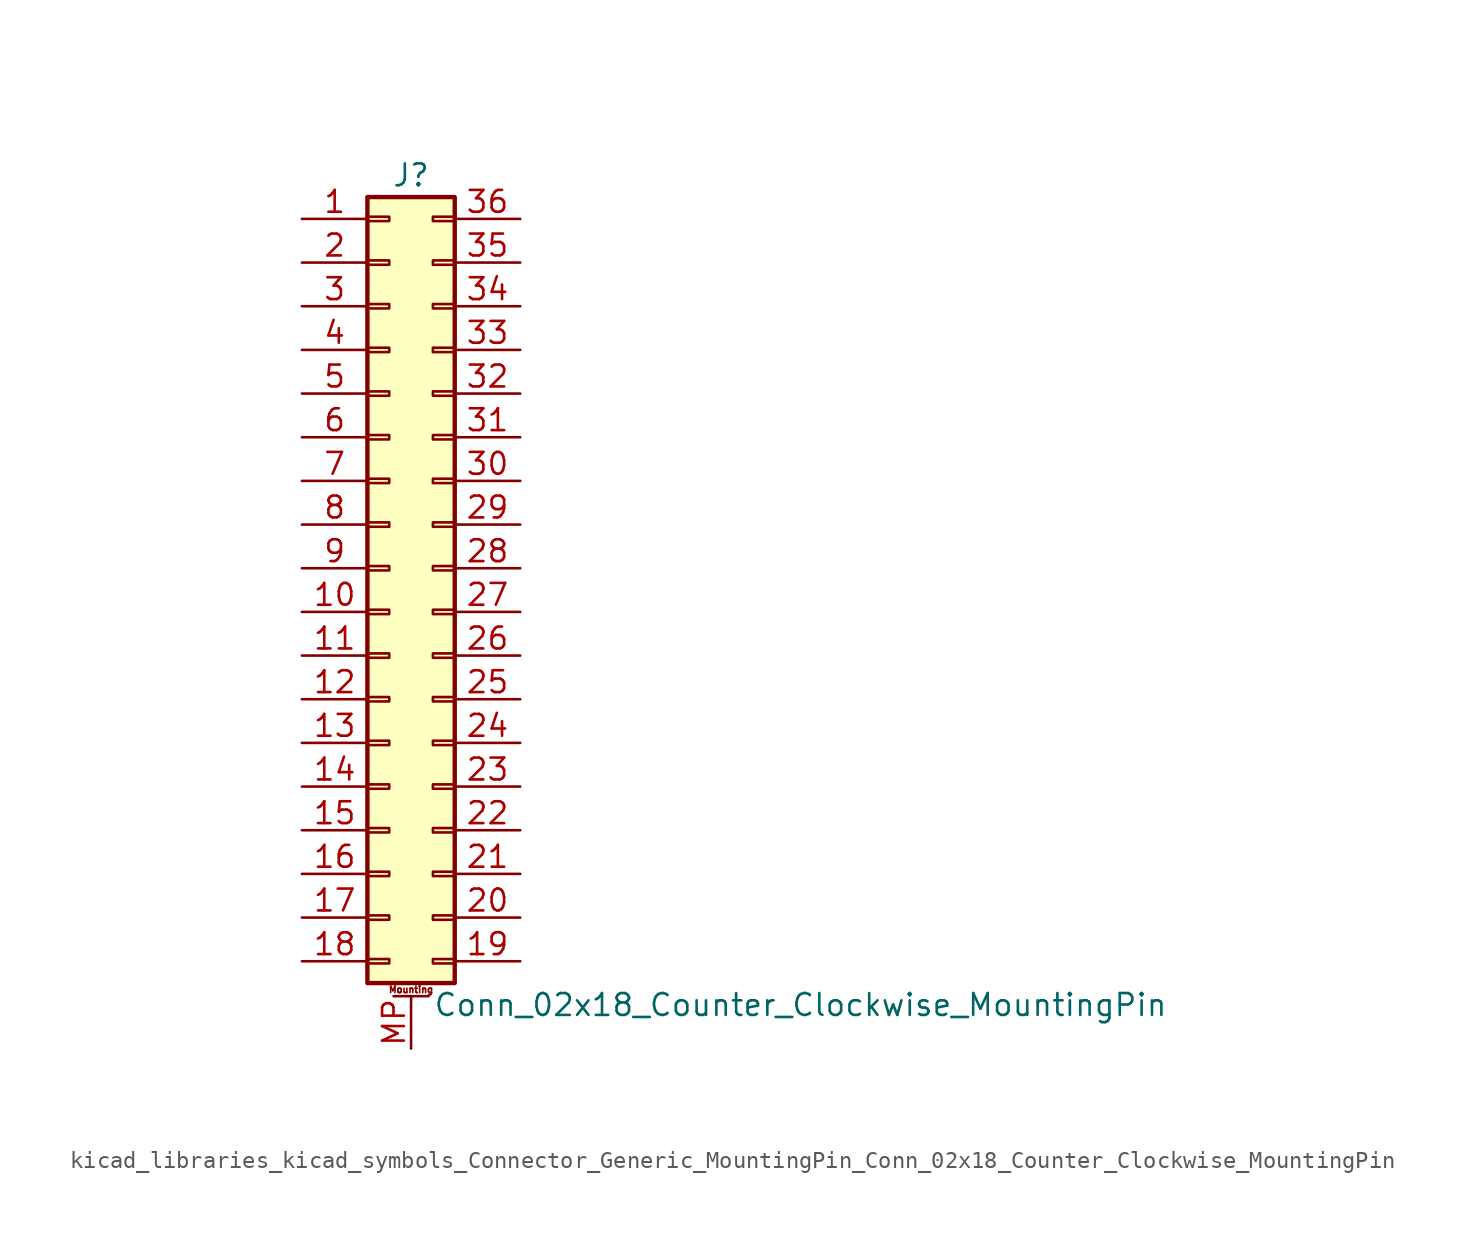
<source format=kicad_sym>
(kicad_symbol_lib
  (version 20220914)
  (generator kicad_symbol_editor)
  (symbol "kicad_libraries_kicad_symbols_Connector_Generic_MountingPin_Conn_02x18_Counter_Clockwise_MountingPin"
    (pin_names
      (offset 1.016) hide)
    (property "Reference" "J"
      (at 1.27 22.86 0)
      (effects (font (size 1.27 1.27))))
    (property "Value" "Conn_02x18_Counter_Clockwise_MountingPin"
      (at 2.54 -25.4 0)
      (effects (font (size 1.27 1.27)) (justify left)))
    (symbol "kicad_libraries_kicad_symbols_Connector_Generic_MountingPin_Conn_02x18_Counter_Clockwise_MountingPin_1_1"
      (rectangle (start -1.27 -22.733) (end 0 -22.987) (stroke (width 0.152) (type default)) (fill (type none)))
      (rectangle (start -1.27 -20.193) (end 0 -20.447) (stroke (width 0.152) (type default)) (fill (type none)))
      (rectangle (start -1.27 -17.653) (end 0 -17.907) (stroke (width 0.152) (type default)) (fill (type none)))
      (rectangle (start -1.27 -15.113) (end 0 -15.367) (stroke (width 0.152) (type default)) (fill (type none)))
      (rectangle (start -1.27 -12.573) (end 0 -12.827) (stroke (width 0.152) (type default)) (fill (type none)))
      (rectangle (start -1.27 -10.033) (end 0 -10.287) (stroke (width 0.152) (type default)) (fill (type none)))
      (rectangle (start -1.27 -7.493) (end 0 -7.747) (stroke (width 0.152) (type default)) (fill (type none)))
      (rectangle (start -1.27 -4.953) (end 0 -5.207) (stroke (width 0.152) (type default)) (fill (type none)))
      (rectangle (start -1.27 -2.413) (end 0 -2.667) (stroke (width 0.152) (type default)) (fill (type none)))
      (rectangle (start -1.27 0.127) (end 0 -0.127) (stroke (width 0.152) (type default)) (fill (type none)))
      (rectangle (start -1.27 2.667) (end 0 2.413) (stroke (width 0.152) (type default)) (fill (type none)))
      (rectangle (start -1.27 5.207) (end 0 4.953) (stroke (width 0.152) (type default)) (fill (type none)))
      (rectangle (start -1.27 7.747) (end 0 7.493) (stroke (width 0.152) (type default)) (fill (type none)))
      (rectangle (start -1.27 10.287) (end 0 10.033) (stroke (width 0.152) (type default)) (fill (type none)))
      (rectangle (start -1.27 12.827) (end 0 12.573) (stroke (width 0.152) (type default)) (fill (type none)))
      (rectangle (start -1.27 15.367) (end 0 15.113) (stroke (width 0.152) (type default)) (fill (type none)))
      (rectangle (start -1.27 17.907) (end 0 17.653) (stroke (width 0.152) (type default)) (fill (type none)))
      (rectangle (start -1.27 20.447) (end 0 20.193) (stroke (width 0.152) (type default)) (fill (type none)))
      (rectangle (start -1.27 21.59) (end 3.81 -24.13) (stroke (width 0.254) (type default)) (fill (type background)))
      (polyline (pts (xy 0.254 -24.892) (xy 2.286 -24.892)) (stroke (width 0.152) (type default)) (fill (type none)))
      (rectangle (start 3.81 -22.733) (end 2.54 -22.987) (stroke (width 0.152) (type default)) (fill (type none)))
      (rectangle (start 3.81 -20.193) (end 2.54 -20.447) (stroke (width 0.152) (type default)) (fill (type none)))
      (rectangle (start 3.81 -17.653) (end 2.54 -17.907) (stroke (width 0.152) (type default)) (fill (type none)))
      (rectangle (start 3.81 -15.113) (end 2.54 -15.367) (stroke (width 0.152) (type default)) (fill (type none)))
      (rectangle (start 3.81 -12.573) (end 2.54 -12.827) (stroke (width 0.152) (type default)) (fill (type none)))
      (rectangle (start 3.81 -10.033) (end 2.54 -10.287) (stroke (width 0.152) (type default)) (fill (type none)))
      (rectangle (start 3.81 -7.493) (end 2.54 -7.747) (stroke (width 0.152) (type default)) (fill (type none)))
      (rectangle (start 3.81 -4.953) (end 2.54 -5.207) (stroke (width 0.152) (type default)) (fill (type none)))
      (rectangle (start 3.81 -2.413) (end 2.54 -2.667) (stroke (width 0.152) (type default)) (fill (type none)))
      (rectangle (start 3.81 0.127) (end 2.54 -0.127) (stroke (width 0.152) (type default)) (fill (type none)))
      (rectangle (start 3.81 2.667) (end 2.54 2.413) (stroke (width 0.152) (type default)) (fill (type none)))
      (rectangle (start 3.81 5.207) (end 2.54 4.953) (stroke (width 0.152) (type default)) (fill (type none)))
      (rectangle (start 3.81 7.747) (end 2.54 7.493) (stroke (width 0.152) (type default)) (fill (type none)))
      (rectangle (start 3.81 10.287) (end 2.54 10.033) (stroke (width 0.152) (type default)) (fill (type none)))
      (rectangle (start 3.81 12.827) (end 2.54 12.573) (stroke (width 0.152) (type default)) (fill (type none)))
      (rectangle (start 3.81 15.367) (end 2.54 15.113) (stroke (width 0.152) (type default)) (fill (type none)))
      (rectangle (start 3.81 17.907) (end 2.54 17.653) (stroke (width 0.152) (type default)) (fill (type none)))
      (rectangle (start 3.81 20.447) (end 2.54 20.193) (stroke (width 0.152) (type default)) (fill (type none)))
      (text "Mounting" (at 1.27 -24.511 0) (effects (font (size 0.381 0.381))))
      (pin passive line (at -5.08 20.32 0) (length 3.81) (name "Pin_1" (effects (font (size 1.27 1.27)))) (number "1" (effects (font (size 1.27 1.27)))))
      (pin passive line (at -5.08 -2.54 0) (length 3.81) (name "Pin_10" (effects (font (size 1.27 1.27)))) (number "10" (effects (font (size 1.27 1.27)))))
      (pin passive line (at -5.08 -5.08 0) (length 3.81) (name "Pin_11" (effects (font (size 1.27 1.27)))) (number "11" (effects (font (size 1.27 1.27)))))
      (pin passive line (at -5.08 -7.62 0) (length 3.81) (name "Pin_12" (effects (font (size 1.27 1.27)))) (number "12" (effects (font (size 1.27 1.27)))))
      (pin passive line (at -5.08 -10.16 0) (length 3.81) (name "Pin_13" (effects (font (size 1.27 1.27)))) (number "13" (effects (font (size 1.27 1.27)))))
      (pin passive line (at -5.08 -12.7 0) (length 3.81) (name "Pin_14" (effects (font (size 1.27 1.27)))) (number "14" (effects (font (size 1.27 1.27)))))
      (pin passive line (at -5.08 -15.24 0) (length 3.81) (name "Pin_15" (effects (font (size 1.27 1.27)))) (number "15" (effects (font (size 1.27 1.27)))))
      (pin passive line (at -5.08 -17.78 0) (length 3.81) (name "Pin_16" (effects (font (size 1.27 1.27)))) (number "16" (effects (font (size 1.27 1.27)))))
      (pin passive line (at -5.08 -20.32 0) (length 3.81) (name "Pin_17" (effects (font (size 1.27 1.27)))) (number "17" (effects (font (size 1.27 1.27)))))
      (pin passive line (at -5.08 -22.86 0) (length 3.81) (name "Pin_18" (effects (font (size 1.27 1.27)))) (number "18" (effects (font (size 1.27 1.27)))))
      (pin passive line (at 7.62 -22.86 180) (length 3.81) (name "Pin_19" (effects (font (size 1.27 1.27)))) (number "19" (effects (font (size 1.27 1.27)))))
      (pin passive line (at -5.08 17.78 0) (length 3.81) (name "Pin_2" (effects (font (size 1.27 1.27)))) (number "2" (effects (font (size 1.27 1.27)))))
      (pin passive line (at 7.62 -20.32 180) (length 3.81) (name "Pin_20" (effects (font (size 1.27 1.27)))) (number "20" (effects (font (size 1.27 1.27)))))
      (pin passive line (at 7.62 -17.78 180) (length 3.81) (name "Pin_21" (effects (font (size 1.27 1.27)))) (number "21" (effects (font (size 1.27 1.27)))))
      (pin passive line (at 7.62 -15.24 180) (length 3.81) (name "Pin_22" (effects (font (size 1.27 1.27)))) (number "22" (effects (font (size 1.27 1.27)))))
      (pin passive line (at 7.62 -12.7 180) (length 3.81) (name "Pin_23" (effects (font (size 1.27 1.27)))) (number "23" (effects (font (size 1.27 1.27)))))
      (pin passive line (at 7.62 -10.16 180) (length 3.81) (name "Pin_24" (effects (font (size 1.27 1.27)))) (number "24" (effects (font (size 1.27 1.27)))))
      (pin passive line (at 7.62 -7.62 180) (length 3.81) (name "Pin_25" (effects (font (size 1.27 1.27)))) (number "25" (effects (font (size 1.27 1.27)))))
      (pin passive line (at 7.62 -5.08 180) (length 3.81) (name "Pin_26" (effects (font (size 1.27 1.27)))) (number "26" (effects (font (size 1.27 1.27)))))
      (pin passive line (at 7.62 -2.54 180) (length 3.81) (name "Pin_27" (effects (font (size 1.27 1.27)))) (number "27" (effects (font (size 1.27 1.27)))))
      (pin passive line (at 7.62 0 180) (length 3.81) (name "Pin_28" (effects (font (size 1.27 1.27)))) (number "28" (effects (font (size 1.27 1.27)))))
      (pin passive line (at 7.62 2.54 180) (length 3.81) (name "Pin_29" (effects (font (size 1.27 1.27)))) (number "29" (effects (font (size 1.27 1.27)))))
      (pin passive line (at -5.08 15.24 0) (length 3.81) (name "Pin_3" (effects (font (size 1.27 1.27)))) (number "3" (effects (font (size 1.27 1.27)))))
      (pin passive line (at 7.62 5.08 180) (length 3.81) (name "Pin_30" (effects (font (size 1.27 1.27)))) (number "30" (effects (font (size 1.27 1.27)))))
      (pin passive line (at 7.62 7.62 180) (length 3.81) (name "Pin_31" (effects (font (size 1.27 1.27)))) (number "31" (effects (font (size 1.27 1.27)))))
      (pin passive line (at 7.62 10.16 180) (length 3.81) (name "Pin_32" (effects (font (size 1.27 1.27)))) (number "32" (effects (font (size 1.27 1.27)))))
      (pin passive line (at 7.62 12.7 180) (length 3.81) (name "Pin_33" (effects (font (size 1.27 1.27)))) (number "33" (effects (font (size 1.27 1.27)))))
      (pin passive line (at 7.62 15.24 180) (length 3.81) (name "Pin_34" (effects (font (size 1.27 1.27)))) (number "34" (effects (font (size 1.27 1.27)))))
      (pin passive line (at 7.62 17.78 180) (length 3.81) (name "Pin_35" (effects (font (size 1.27 1.27)))) (number "35" (effects (font (size 1.27 1.27)))))
      (pin passive line (at 7.62 20.32 180) (length 3.81) (name "Pin_36" (effects (font (size 1.27 1.27)))) (number "36" (effects (font (size 1.27 1.27)))))
      (pin passive line (at -5.08 12.7 0) (length 3.81) (name "Pin_4" (effects (font (size 1.27 1.27)))) (number "4" (effects (font (size 1.27 1.27)))))
      (pin passive line (at -5.08 10.16 0) (length 3.81) (name "Pin_5" (effects (font (size 1.27 1.27)))) (number "5" (effects (font (size 1.27 1.27)))))
      (pin passive line (at -5.08 7.62 0) (length 3.81) (name "Pin_6" (effects (font (size 1.27 1.27)))) (number "6" (effects (font (size 1.27 1.27)))))
      (pin passive line (at -5.08 5.08 0) (length 3.81) (name "Pin_7" (effects (font (size 1.27 1.27)))) (number "7" (effects (font (size 1.27 1.27)))))
      (pin passive line (at -5.08 2.54 0) (length 3.81) (name "Pin_8" (effects (font (size 1.27 1.27)))) (number "8" (effects (font (size 1.27 1.27)))))
      (pin passive line (at -5.08 0 0) (length 3.81) (name "Pin_9" (effects (font (size 1.27 1.27)))) (number "9" (effects (font (size 1.27 1.27)))))
      (pin passive line (at 1.27 -27.94 90) (length 3.048) (name "MountPin" (effects (font (size 1.27 1.27)))) (number "MP" (effects (font (size 1.27 1.27))))))))
</source>
